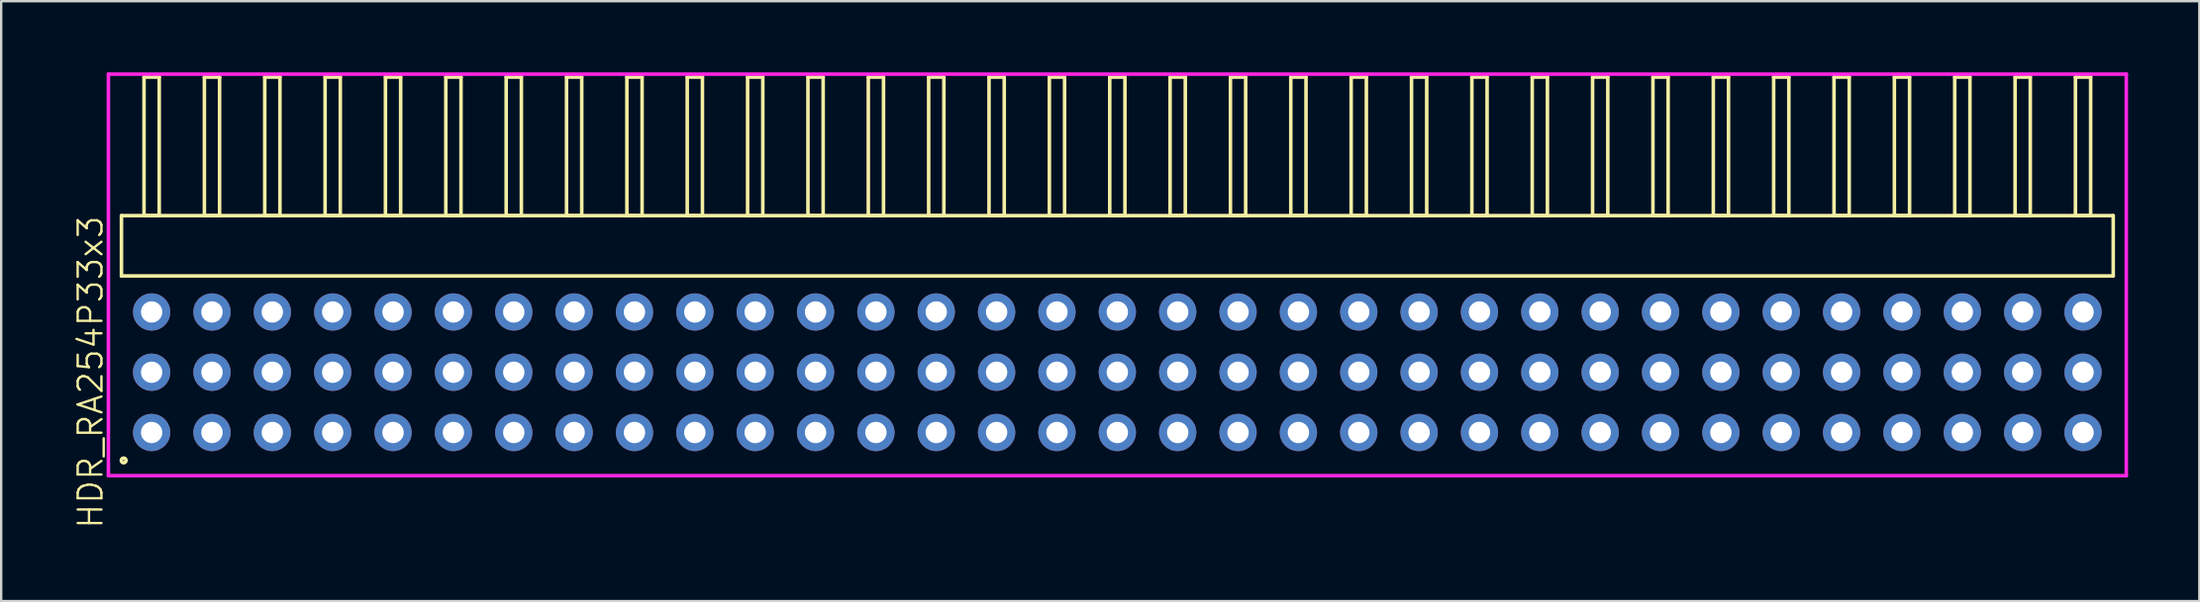
<source format=kicad_pcb>
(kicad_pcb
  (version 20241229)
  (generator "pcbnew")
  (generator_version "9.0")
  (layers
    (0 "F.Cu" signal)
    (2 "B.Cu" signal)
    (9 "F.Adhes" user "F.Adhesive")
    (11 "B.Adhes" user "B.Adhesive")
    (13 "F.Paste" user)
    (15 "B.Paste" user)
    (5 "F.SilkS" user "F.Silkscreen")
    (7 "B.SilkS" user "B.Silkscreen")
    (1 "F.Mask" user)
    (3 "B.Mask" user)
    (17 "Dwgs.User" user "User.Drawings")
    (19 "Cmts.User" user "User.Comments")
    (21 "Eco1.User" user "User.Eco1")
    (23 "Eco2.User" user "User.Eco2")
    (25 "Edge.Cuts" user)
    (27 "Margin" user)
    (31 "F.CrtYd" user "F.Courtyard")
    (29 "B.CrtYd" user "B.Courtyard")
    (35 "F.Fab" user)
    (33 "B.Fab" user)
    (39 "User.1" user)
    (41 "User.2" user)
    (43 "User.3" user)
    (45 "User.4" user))
  (footprint "HDR_RA254P33x3"
    (layer "F.Cu")
    (at 43.971 12.64)
    (property "Reference" "HDR_RA254P33x3" (at -43.21 0 90) (layer "F.SilkS") (effects (font (size 1 1) (thickness 0.1))))
    (attr through_hole)
    (fp_line (start -41.91 -6.6) (end -41.91 -4.06) (stroke (width 0.15) (type solid)) (layer "F.SilkS"))
    (fp_line (start -41.91 -4.06) (end 41.91 -4.06) (stroke (width 0.15) (type solid)) (layer "F.SilkS"))
    (fp_line (start -40.96 -12.44) (end -40.96 -6.6) (stroke (width 0.15) (type solid)) (layer "F.SilkS"))
    (fp_line (start -40.96 -6.6) (end -40.32 -6.6) (stroke (width 0.15) (type solid)) (layer "F.SilkS"))
    (fp_line (start -40.32 -12.44) (end -40.96 -12.44) (stroke (width 0.15) (type solid)) (layer "F.SilkS"))
    (fp_line (start -40.32 -6.6) (end -40.32 -12.44) (stroke (width 0.15) (type solid)) (layer "F.SilkS"))
    (fp_line (start -38.42 -12.44) (end -38.42 -6.6) (stroke (width 0.15) (type solid)) (layer "F.SilkS"))
    (fp_line (start -38.42 -6.6) (end -37.78 -6.6) (stroke (width 0.15) (type solid)) (layer "F.SilkS"))
    (fp_line (start -37.78 -12.44) (end -38.42 -12.44) (stroke (width 0.15) (type solid)) (layer "F.SilkS"))
    (fp_line (start -37.78 -6.6) (end -37.78 -12.44) (stroke (width 0.15) (type solid)) (layer "F.SilkS"))
    (fp_line (start -35.88 -12.44) (end -35.88 -6.6) (stroke (width 0.15) (type solid)) (layer "F.SilkS"))
    (fp_line (start -35.88 -6.6) (end -35.24 -6.6) (stroke (width 0.15) (type solid)) (layer "F.SilkS"))
    (fp_line (start -35.24 -12.44) (end -35.88 -12.44) (stroke (width 0.15) (type solid)) (layer "F.SilkS"))
    (fp_line (start -35.24 -6.6) (end -35.24 -12.44) (stroke (width 0.15) (type solid)) (layer "F.SilkS"))
    (fp_line (start -33.34 -12.44) (end -33.34 -6.6) (stroke (width 0.15) (type solid)) (layer "F.SilkS"))
    (fp_line (start -33.34 -6.6) (end -32.7 -6.6) (stroke (width 0.15) (type solid)) (layer "F.SilkS"))
    (fp_line (start -32.7 -12.44) (end -33.34 -12.44) (stroke (width 0.15) (type solid)) (layer "F.SilkS"))
    (fp_line (start -32.7 -6.6) (end -32.7 -12.44) (stroke (width 0.15) (type solid)) (layer "F.SilkS"))
    (fp_line (start -30.8 -12.44) (end -30.8 -6.6) (stroke (width 0.15) (type solid)) (layer "F.SilkS"))
    (fp_line (start -30.8 -6.6) (end -30.16 -6.6) (stroke (width 0.15) (type solid)) (layer "F.SilkS"))
    (fp_line (start -30.16 -12.44) (end -30.8 -12.44) (stroke (width 0.15) (type solid)) (layer "F.SilkS"))
    (fp_line (start -30.16 -6.6) (end -30.16 -12.44) (stroke (width 0.15) (type solid)) (layer "F.SilkS"))
    (fp_line (start -28.26 -12.44) (end -28.26 -6.6) (stroke (width 0.15) (type solid)) (layer "F.SilkS"))
    (fp_line (start -28.26 -6.6) (end -27.62 -6.6) (stroke (width 0.15) (type solid)) (layer "F.SilkS"))
    (fp_line (start -27.62 -12.44) (end -28.26 -12.44) (stroke (width 0.15) (type solid)) (layer "F.SilkS"))
    (fp_line (start -27.62 -6.6) (end -27.62 -12.44) (stroke (width 0.15) (type solid)) (layer "F.SilkS"))
    (fp_line (start -25.72 -12.44) (end -25.72 -6.6) (stroke (width 0.15) (type solid)) (layer "F.SilkS"))
    (fp_line (start -25.72 -6.6) (end -25.08 -6.6) (stroke (width 0.15) (type solid)) (layer "F.SilkS"))
    (fp_line (start -25.08 -12.44) (end -25.72 -12.44) (stroke (width 0.15) (type solid)) (layer "F.SilkS"))
    (fp_line (start -25.08 -6.6) (end -25.08 -12.44) (stroke (width 0.15) (type solid)) (layer "F.SilkS"))
    (fp_line (start -23.18 -12.44) (end -23.18 -6.6) (stroke (width 0.15) (type solid)) (layer "F.SilkS"))
    (fp_line (start -23.18 -6.6) (end -22.54 -6.6) (stroke (width 0.15) (type solid)) (layer "F.SilkS"))
    (fp_line (start -22.54 -12.44) (end -23.18 -12.44) (stroke (width 0.15) (type solid)) (layer "F.SilkS"))
    (fp_line (start -22.54 -6.6) (end -22.54 -12.44) (stroke (width 0.15) (type solid)) (layer "F.SilkS"))
    (fp_line (start -20.64 -12.44) (end -20.64 -6.6) (stroke (width 0.15) (type solid)) (layer "F.SilkS"))
    (fp_line (start -20.64 -6.6) (end -20 -6.6) (stroke (width 0.15) (type solid)) (layer "F.SilkS"))
    (fp_line (start -20 -12.44) (end -20.64 -12.44) (stroke (width 0.15) (type solid)) (layer "F.SilkS"))
    (fp_line (start -20 -6.6) (end -20 -12.44) (stroke (width 0.15) (type solid)) (layer "F.SilkS"))
    (fp_line (start -18.1 -12.44) (end -18.1 -6.6) (stroke (width 0.15) (type solid)) (layer "F.SilkS"))
    (fp_line (start -18.1 -6.6) (end -17.46 -6.6) (stroke (width 0.15) (type solid)) (layer "F.SilkS"))
    (fp_line (start -17.46 -12.44) (end -18.1 -12.44) (stroke (width 0.15) (type solid)) (layer "F.SilkS"))
    (fp_line (start -17.46 -6.6) (end -17.46 -12.44) (stroke (width 0.15) (type solid)) (layer "F.SilkS"))
    (fp_line (start -15.56 -12.44) (end -15.56 -6.6) (stroke (width 0.15) (type solid)) (layer "F.SilkS"))
    (fp_line (start -15.56 -6.6) (end -14.92 -6.6) (stroke (width 0.15) (type solid)) (layer "F.SilkS"))
    (fp_line (start -14.92 -12.44) (end -15.56 -12.44) (stroke (width 0.15) (type solid)) (layer "F.SilkS"))
    (fp_line (start -14.92 -6.6) (end -14.92 -12.44) (stroke (width 0.15) (type solid)) (layer "F.SilkS"))
    (fp_line (start -13.02 -12.44) (end -13.02 -6.6) (stroke (width 0.15) (type solid)) (layer "F.SilkS"))
    (fp_line (start -13.02 -6.6) (end -12.38 -6.6) (stroke (width 0.15) (type solid)) (layer "F.SilkS"))
    (fp_line (start -12.38 -12.44) (end -13.02 -12.44) (stroke (width 0.15) (type solid)) (layer "F.SilkS"))
    (fp_line (start -12.38 -6.6) (end -12.38 -12.44) (stroke (width 0.15) (type solid)) (layer "F.SilkS"))
    (fp_line (start -10.48 -12.44) (end -10.48 -6.6) (stroke (width 0.15) (type solid)) (layer "F.SilkS"))
    (fp_line (start -10.48 -6.6) (end -9.84 -6.6) (stroke (width 0.15) (type solid)) (layer "F.SilkS"))
    (fp_line (start -9.84 -12.44) (end -10.48 -12.44) (stroke (width 0.15) (type solid)) (layer "F.SilkS"))
    (fp_line (start -9.84 -6.6) (end -9.84 -12.44) (stroke (width 0.15) (type solid)) (layer "F.SilkS"))
    (fp_line (start -7.94 -12.44) (end -7.94 -6.6) (stroke (width 0.15) (type solid)) (layer "F.SilkS"))
    (fp_line (start -7.94 -6.6) (end -7.3 -6.6) (stroke (width 0.15) (type solid)) (layer "F.SilkS"))
    (fp_line (start -7.3 -12.44) (end -7.94 -12.44) (stroke (width 0.15) (type solid)) (layer "F.SilkS"))
    (fp_line (start -7.3 -6.6) (end -7.3 -12.44) (stroke (width 0.15) (type solid)) (layer "F.SilkS"))
    (fp_line (start -5.4 -12.44) (end -5.4 -6.6) (stroke (width 0.15) (type solid)) (layer "F.SilkS"))
    (fp_line (start -5.4 -6.6) (end -4.76 -6.6) (stroke (width 0.15) (type solid)) (layer "F.SilkS"))
    (fp_line (start -4.76 -12.44) (end -5.4 -12.44) (stroke (width 0.15) (type solid)) (layer "F.SilkS"))
    (fp_line (start -4.76 -6.6) (end -4.76 -12.44) (stroke (width 0.15) (type solid)) (layer "F.SilkS"))
    (fp_line (start -2.86 -12.44) (end -2.86 -6.6) (stroke (width 0.15) (type solid)) (layer "F.SilkS"))
    (fp_line (start -2.86 -6.6) (end -2.22 -6.6) (stroke (width 0.15) (type solid)) (layer "F.SilkS"))
    (fp_line (start -2.22 -12.44) (end -2.86 -12.44) (stroke (width 0.15) (type solid)) (layer "F.SilkS"))
    (fp_line (start -2.22 -6.6) (end -2.22 -12.44) (stroke (width 0.15) (type solid)) (layer "F.SilkS"))
    (fp_line (start -0.32 -12.44) (end -0.32 -6.6) (stroke (width 0.15) (type solid)) (layer "F.SilkS"))
    (fp_line (start -0.32 -6.6) (end 0.32 -6.6) (stroke (width 0.15) (type solid)) (layer "F.SilkS"))
    (fp_line (start 0.32 -12.44) (end -0.32 -12.44) (stroke (width 0.15) (type solid)) (layer "F.SilkS"))
    (fp_line (start 0.32 -6.6) (end 0.32 -12.44) (stroke (width 0.15) (type solid)) (layer "F.SilkS"))
    (fp_line (start 2.22 -12.44) (end 2.22 -6.6) (stroke (width 0.15) (type solid)) (layer "F.SilkS"))
    (fp_line (start 2.22 -6.6) (end 2.86 -6.6) (stroke (width 0.15) (type solid)) (layer "F.SilkS"))
    (fp_line (start 2.86 -12.44) (end 2.22 -12.44) (stroke (width 0.15) (type solid)) (layer "F.SilkS"))
    (fp_line (start 2.86 -6.6) (end 2.86 -12.44) (stroke (width 0.15) (type solid)) (layer "F.SilkS"))
    (fp_line (start 4.76 -12.44) (end 4.76 -6.6) (stroke (width 0.15) (type solid)) (layer "F.SilkS"))
    (fp_line (start 4.76 -6.6) (end 5.4 -6.6) (stroke (width 0.15) (type solid)) (layer "F.SilkS"))
    (fp_line (start 5.4 -12.44) (end 4.76 -12.44) (stroke (width 0.15) (type solid)) (layer "F.SilkS"))
    (fp_line (start 5.4 -6.6) (end 5.4 -12.44) (stroke (width 0.15) (type solid)) (layer "F.SilkS"))
    (fp_line (start 7.3 -12.44) (end 7.3 -6.6) (stroke (width 0.15) (type solid)) (layer "F.SilkS"))
    (fp_line (start 7.3 -6.6) (end 7.94 -6.6) (stroke (width 0.15) (type solid)) (layer "F.SilkS"))
    (fp_line (start 7.94 -12.44) (end 7.3 -12.44) (stroke (width 0.15) (type solid)) (layer "F.SilkS"))
    (fp_line (start 7.94 -6.6) (end 7.94 -12.44) (stroke (width 0.15) (type solid)) (layer "F.SilkS"))
    (fp_line (start 9.84 -12.44) (end 9.84 -6.6) (stroke (width 0.15) (type solid)) (layer "F.SilkS"))
    (fp_line (start 9.84 -6.6) (end 10.48 -6.6) (stroke (width 0.15) (type solid)) (layer "F.SilkS"))
    (fp_line (start 10.48 -12.44) (end 9.84 -12.44) (stroke (width 0.15) (type solid)) (layer "F.SilkS"))
    (fp_line (start 10.48 -6.6) (end 10.48 -12.44) (stroke (width 0.15) (type solid)) (layer "F.SilkS"))
    (fp_line (start 12.38 -12.44) (end 12.38 -6.6) (stroke (width 0.15) (type solid)) (layer "F.SilkS"))
    (fp_line (start 12.38 -6.6) (end 13.02 -6.6) (stroke (width 0.15) (type solid)) (layer "F.SilkS"))
    (fp_line (start 13.02 -12.44) (end 12.38 -12.44) (stroke (width 0.15) (type solid)) (layer "F.SilkS"))
    (fp_line (start 13.02 -6.6) (end 13.02 -12.44) (stroke (width 0.15) (type solid)) (layer "F.SilkS"))
    (fp_line (start 14.92 -12.44) (end 14.92 -6.6) (stroke (width 0.15) (type solid)) (layer "F.SilkS"))
    (fp_line (start 14.92 -6.6) (end 15.56 -6.6) (stroke (width 0.15) (type solid)) (layer "F.SilkS"))
    (fp_line (start 15.56 -12.44) (end 14.92 -12.44) (stroke (width 0.15) (type solid)) (layer "F.SilkS"))
    (fp_line (start 15.56 -6.6) (end 15.56 -12.44) (stroke (width 0.15) (type solid)) (layer "F.SilkS"))
    (fp_line (start 17.46 -12.44) (end 17.46 -6.6) (stroke (width 0.15) (type solid)) (layer "F.SilkS"))
    (fp_line (start 17.46 -6.6) (end 18.1 -6.6) (stroke (width 0.15) (type solid)) (layer "F.SilkS"))
    (fp_line (start 18.1 -12.44) (end 17.46 -12.44) (stroke (width 0.15) (type solid)) (layer "F.SilkS"))
    (fp_line (start 18.1 -6.6) (end 18.1 -12.44) (stroke (width 0.15) (type solid)) (layer "F.SilkS"))
    (fp_line (start 20 -12.44) (end 20 -6.6) (stroke (width 0.15) (type solid)) (layer "F.SilkS"))
    (fp_line (start 20 -6.6) (end 20.64 -6.6) (stroke (width 0.15) (type solid)) (layer "F.SilkS"))
    (fp_line (start 20.64 -12.44) (end 20 -12.44) (stroke (width 0.15) (type solid)) (layer "F.SilkS"))
    (fp_line (start 20.64 -6.6) (end 20.64 -12.44) (stroke (width 0.15) (type solid)) (layer "F.SilkS"))
    (fp_line (start 22.54 -12.44) (end 22.54 -6.6) (stroke (width 0.15) (type solid)) (layer "F.SilkS"))
    (fp_line (start 22.54 -6.6) (end 23.18 -6.6) (stroke (width 0.15) (type solid)) (layer "F.SilkS"))
    (fp_line (start 23.18 -12.44) (end 22.54 -12.44) (stroke (width 0.15) (type solid)) (layer "F.SilkS"))
    (fp_line (start 23.18 -6.6) (end 23.18 -12.44) (stroke (width 0.15) (type solid)) (layer "F.SilkS"))
    (fp_line (start 25.08 -12.44) (end 25.08 -6.6) (stroke (width 0.15) (type solid)) (layer "F.SilkS"))
    (fp_line (start 25.08 -6.6) (end 25.72 -6.6) (stroke (width 0.15) (type solid)) (layer "F.SilkS"))
    (fp_line (start 25.72 -12.44) (end 25.08 -12.44) (stroke (width 0.15) (type solid)) (layer "F.SilkS"))
    (fp_line (start 25.72 -6.6) (end 25.72 -12.44) (stroke (width 0.15) (type solid)) (layer "F.SilkS"))
    (fp_line (start 27.62 -12.44) (end 27.62 -6.6) (stroke (width 0.15) (type solid)) (layer "F.SilkS"))
    (fp_line (start 27.62 -6.6) (end 28.26 -6.6) (stroke (width 0.15) (type solid)) (layer "F.SilkS"))
    (fp_line (start 28.26 -12.44) (end 27.62 -12.44) (stroke (width 0.15) (type solid)) (layer "F.SilkS"))
    (fp_line (start 28.26 -6.6) (end 28.26 -12.44) (stroke (width 0.15) (type solid)) (layer "F.SilkS"))
    (fp_line (start 30.16 -12.44) (end 30.16 -6.6) (stroke (width 0.15) (type solid)) (layer "F.SilkS"))
    (fp_line (start 30.16 -6.6) (end 30.8 -6.6) (stroke (width 0.15) (type solid)) (layer "F.SilkS"))
    (fp_line (start 30.8 -12.44) (end 30.16 -12.44) (stroke (width 0.15) (type solid)) (layer "F.SilkS"))
    (fp_line (start 30.8 -6.6) (end 30.8 -12.44) (stroke (width 0.15) (type solid)) (layer "F.SilkS"))
    (fp_line (start 32.7 -12.44) (end 32.7 -6.6) (stroke (width 0.15) (type solid)) (layer "F.SilkS"))
    (fp_line (start 32.7 -6.6) (end 33.34 -6.6) (stroke (width 0.15) (type solid)) (layer "F.SilkS"))
    (fp_line (start 33.34 -12.44) (end 32.7 -12.44) (stroke (width 0.15) (type solid)) (layer "F.SilkS"))
    (fp_line (start 33.34 -6.6) (end 33.34 -12.44) (stroke (width 0.15) (type solid)) (layer "F.SilkS"))
    (fp_line (start 35.24 -12.44) (end 35.24 -6.6) (stroke (width 0.15) (type solid)) (layer "F.SilkS"))
    (fp_line (start 35.24 -6.6) (end 35.88 -6.6) (stroke (width 0.15) (type solid)) (layer "F.SilkS"))
    (fp_line (start 35.88 -12.44) (end 35.24 -12.44) (stroke (width 0.15) (type solid)) (layer "F.SilkS"))
    (fp_line (start 35.88 -6.6) (end 35.88 -12.44) (stroke (width 0.15) (type solid)) (layer "F.SilkS"))
    (fp_line (start 37.78 -12.44) (end 37.78 -6.6) (stroke (width 0.15) (type solid)) (layer "F.SilkS"))
    (fp_line (start 37.78 -6.6) (end 38.42 -6.6) (stroke (width 0.15) (type solid)) (layer "F.SilkS"))
    (fp_line (start 38.42 -12.44) (end 37.78 -12.44) (stroke (width 0.15) (type solid)) (layer "F.SilkS"))
    (fp_line (start 38.42 -6.6) (end 38.42 -12.44) (stroke (width 0.15) (type solid)) (layer "F.SilkS"))
    (fp_line (start 40.32 -12.44) (end 40.32 -6.6) (stroke (width 0.15) (type solid)) (layer "F.SilkS"))
    (fp_line (start 40.32 -6.6) (end 40.96 -6.6) (stroke (width 0.15) (type solid)) (layer "F.SilkS"))
    (fp_line (start 40.96 -12.44) (end 40.32 -12.44) (stroke (width 0.15) (type solid)) (layer "F.SilkS"))
    (fp_line (start 40.96 -6.6) (end 40.96 -12.44) (stroke (width 0.15) (type solid)) (layer "F.SilkS"))
    (fp_line (start 41.91 -6.6) (end -41.91 -6.6) (stroke (width 0.15) (type solid)) (layer "F.SilkS"))
    (fp_line (start 41.91 -4.06) (end 41.91 -6.6) (stroke (width 0.15) (type solid)) (layer "F.SilkS"))
    (fp_circle (center -41.817 3.718) (end -41.717 3.718) (stroke (width 0.15) (type solid)) (fill no) (layer "F.SilkS"))
    (fp_line (start -42.46 -12.565) (end -42.46 4.36) (stroke (width 0.15) (type solid)) (layer "F.CrtYd"))
    (fp_line (start -42.46 4.36) (end 42.46 4.36) (stroke (width 0.15) (type solid)) (layer "F.CrtYd"))
    (fp_line (start 42.46 -12.565) (end -42.46 -12.565) (stroke (width 0.15) (type solid)) (layer "F.CrtYd"))
    (fp_line (start 42.46 4.36) (end 42.46 -12.565) (stroke (width 0.15) (type solid)) (layer "F.CrtYd"))
    (pad "1" thru_hole oval (at -40.64 2.54) (size 1.57 1.57) (drill 0.9) (layers "*.Cu" "*.Mask"))
    (pad "2" thru_hole oval (at -40.64 0) (size 1.57 1.57) (drill 0.9) (layers "*.Cu" "*.Mask"))
    (pad "3" thru_hole oval (at -40.64 -2.54) (size 1.57 1.57) (drill 0.9) (layers "*.Cu" "*.Mask"))
    (pad "4" thru_hole oval (at -38.1 2.54) (size 1.57 1.57) (drill 0.9) (layers "*.Cu" "*.Mask"))
    (pad "5" thru_hole oval (at -38.1 0) (size 1.57 1.57) (drill 0.9) (layers "*.Cu" "*.Mask"))
    (pad "6" thru_hole oval (at -38.1 -2.54) (size 1.57 1.57) (drill 0.9) (layers "*.Cu" "*.Mask"))
    (pad "7" thru_hole oval (at -35.56 2.54) (size 1.57 1.57) (drill 0.9) (layers "*.Cu" "*.Mask"))
    (pad "8" thru_hole oval (at -35.56 0) (size 1.57 1.57) (drill 0.9) (layers "*.Cu" "*.Mask"))
    (pad "9" thru_hole oval (at -35.56 -2.54) (size 1.57 1.57) (drill 0.9) (layers "*.Cu" "*.Mask"))
    (pad "10" thru_hole oval (at -33.02 2.54) (size 1.57 1.57) (drill 0.9) (layers "*.Cu" "*.Mask"))
    (pad "11" thru_hole oval (at -33.02 0) (size 1.57 1.57) (drill 0.9) (layers "*.Cu" "*.Mask"))
    (pad "12" thru_hole oval (at -33.02 -2.54) (size 1.57 1.57) (drill 0.9) (layers "*.Cu" "*.Mask"))
    (pad "13" thru_hole oval (at -30.48 2.54) (size 1.57 1.57) (drill 0.9) (layers "*.Cu" "*.Mask"))
    (pad "14" thru_hole oval (at -30.48 0) (size 1.57 1.57) (drill 0.9) (layers "*.Cu" "*.Mask"))
    (pad "15" thru_hole oval (at -30.48 -2.54) (size 1.57 1.57) (drill 0.9) (layers "*.Cu" "*.Mask"))
    (pad "16" thru_hole oval (at -27.94 2.54) (size 1.57 1.57) (drill 0.9) (layers "*.Cu" "*.Mask"))
    (pad "17" thru_hole oval (at -27.94 0) (size 1.57 1.57) (drill 0.9) (layers "*.Cu" "*.Mask"))
    (pad "18" thru_hole oval (at -27.94 -2.54) (size 1.57 1.57) (drill 0.9) (layers "*.Cu" "*.Mask"))
    (pad "19" thru_hole oval (at -25.4 2.54) (size 1.57 1.57) (drill 0.9) (layers "*.Cu" "*.Mask"))
    (pad "20" thru_hole oval (at -25.4 0) (size 1.57 1.57) (drill 0.9) (layers "*.Cu" "*.Mask"))
    (pad "21" thru_hole oval (at -25.4 -2.54) (size 1.57 1.57) (drill 0.9) (layers "*.Cu" "*.Mask"))
    (pad "22" thru_hole oval (at -22.86 2.54) (size 1.57 1.57) (drill 0.9) (layers "*.Cu" "*.Mask"))
    (pad "23" thru_hole oval (at -22.86 0) (size 1.57 1.57) (drill 0.9) (layers "*.Cu" "*.Mask"))
    (pad "24" thru_hole oval (at -22.86 -2.54) (size 1.57 1.57) (drill 0.9) (layers "*.Cu" "*.Mask"))
    (pad "25" thru_hole oval (at -20.32 2.54) (size 1.57 1.57) (drill 0.9) (layers "*.Cu" "*.Mask"))
    (pad "26" thru_hole oval (at -20.32 0) (size 1.57 1.57) (drill 0.9) (layers "*.Cu" "*.Mask"))
    (pad "27" thru_hole oval (at -20.32 -2.54) (size 1.57 1.57) (drill 0.9) (layers "*.Cu" "*.Mask"))
    (pad "28" thru_hole oval (at -17.78 2.54) (size 1.57 1.57) (drill 0.9) (layers "*.Cu" "*.Mask"))
    (pad "29" thru_hole oval (at -17.78 0) (size 1.57 1.57) (drill 0.9) (layers "*.Cu" "*.Mask"))
    (pad "30" thru_hole oval (at -17.78 -2.54) (size 1.57 1.57) (drill 0.9) (layers "*.Cu" "*.Mask"))
    (pad "31" thru_hole oval (at -15.24 2.54) (size 1.57 1.57) (drill 0.9) (layers "*.Cu" "*.Mask"))
    (pad "32" thru_hole oval (at -15.24 0) (size 1.57 1.57) (drill 0.9) (layers "*.Cu" "*.Mask"))
    (pad "33" thru_hole oval (at -15.24 -2.54) (size 1.57 1.57) (drill 0.9) (layers "*.Cu" "*.Mask"))
    (pad "34" thru_hole oval (at -12.7 2.54) (size 1.57 1.57) (drill 0.9) (layers "*.Cu" "*.Mask"))
    (pad "35" thru_hole oval (at -12.7 0) (size 1.57 1.57) (drill 0.9) (layers "*.Cu" "*.Mask"))
    (pad "36" thru_hole oval (at -12.7 -2.54) (size 1.57 1.57) (drill 0.9) (layers "*.Cu" "*.Mask"))
    (pad "37" thru_hole oval (at -10.16 2.54) (size 1.57 1.57) (drill 0.9) (layers "*.Cu" "*.Mask"))
    (pad "38" thru_hole oval (at -10.16 0) (size 1.57 1.57) (drill 0.9) (layers "*.Cu" "*.Mask"))
    (pad "39" thru_hole oval (at -10.16 -2.54) (size 1.57 1.57) (drill 0.9) (layers "*.Cu" "*.Mask"))
    (pad "40" thru_hole oval (at -7.62 2.54) (size 1.57 1.57) (drill 0.9) (layers "*.Cu" "*.Mask"))
    (pad "41" thru_hole oval (at -7.62 0) (size 1.57 1.57) (drill 0.9) (layers "*.Cu" "*.Mask"))
    (pad "42" thru_hole oval (at -7.62 -2.54) (size 1.57 1.57) (drill 0.9) (layers "*.Cu" "*.Mask"))
    (pad "43" thru_hole oval (at -5.08 2.54) (size 1.57 1.57) (drill 0.9) (layers "*.Cu" "*.Mask"))
    (pad "44" thru_hole oval (at -5.08 0) (size 1.57 1.57) (drill 0.9) (layers "*.Cu" "*.Mask"))
    (pad "45" thru_hole oval (at -5.08 -2.54) (size 1.57 1.57) (drill 0.9) (layers "*.Cu" "*.Mask"))
    (pad "46" thru_hole oval (at -2.54 2.54) (size 1.57 1.57) (drill 0.9) (layers "*.Cu" "*.Mask"))
    (pad "47" thru_hole oval (at -2.54 0) (size 1.57 1.57) (drill 0.9) (layers "*.Cu" "*.Mask"))
    (pad "48" thru_hole oval (at -2.54 -2.54) (size 1.57 1.57) (drill 0.9) (layers "*.Cu" "*.Mask"))
    (pad "49" thru_hole oval (at 0 2.54) (size 1.57 1.57) (drill 0.9) (layers "*.Cu" "*.Mask"))
    (pad "50" thru_hole oval (at 0 0) (size 1.57 1.57) (drill 0.9) (layers "*.Cu" "*.Mask"))
    (pad "51" thru_hole oval (at 0 -2.54) (size 1.57 1.57) (drill 0.9) (layers "*.Cu" "*.Mask"))
    (pad "52" thru_hole oval (at 2.54 2.54) (size 1.57 1.57) (drill 0.9) (layers "*.Cu" "*.Mask"))
    (pad "53" thru_hole oval (at 2.54 0) (size 1.57 1.57) (drill 0.9) (layers "*.Cu" "*.Mask"))
    (pad "54" thru_hole oval (at 2.54 -2.54) (size 1.57 1.57) (drill 0.9) (layers "*.Cu" "*.Mask"))
    (pad "55" thru_hole oval (at 5.08 2.54) (size 1.57 1.57) (drill 0.9) (layers "*.Cu" "*.Mask"))
    (pad "56" thru_hole oval (at 5.08 0) (size 1.57 1.57) (drill 0.9) (layers "*.Cu" "*.Mask"))
    (pad "57" thru_hole oval (at 5.08 -2.54) (size 1.57 1.57) (drill 0.9) (layers "*.Cu" "*.Mask"))
    (pad "58" thru_hole oval (at 7.62 2.54) (size 1.57 1.57) (drill 0.9) (layers "*.Cu" "*.Mask"))
    (pad "59" thru_hole oval (at 7.62 0) (size 1.57 1.57) (drill 0.9) (layers "*.Cu" "*.Mask"))
    (pad "60" thru_hole oval (at 7.62 -2.54) (size 1.57 1.57) (drill 0.9) (layers "*.Cu" "*.Mask"))
    (pad "61" thru_hole oval (at 10.16 2.54) (size 1.57 1.57) (drill 0.9) (layers "*.Cu" "*.Mask"))
    (pad "62" thru_hole oval (at 10.16 0) (size 1.57 1.57) (drill 0.9) (layers "*.Cu" "*.Mask"))
    (pad "63" thru_hole oval (at 10.16 -2.54) (size 1.57 1.57) (drill 0.9) (layers "*.Cu" "*.Mask"))
    (pad "64" thru_hole oval (at 12.7 2.54) (size 1.57 1.57) (drill 0.9) (layers "*.Cu" "*.Mask"))
    (pad "65" thru_hole oval (at 12.7 0) (size 1.57 1.57) (drill 0.9) (layers "*.Cu" "*.Mask"))
    (pad "66" thru_hole oval (at 12.7 -2.54) (size 1.57 1.57) (drill 0.9) (layers "*.Cu" "*.Mask"))
    (pad "67" thru_hole oval (at 15.24 2.54) (size 1.57 1.57) (drill 0.9) (layers "*.Cu" "*.Mask"))
    (pad "68" thru_hole oval (at 15.24 0) (size 1.57 1.57) (drill 0.9) (layers "*.Cu" "*.Mask"))
    (pad "69" thru_hole oval (at 15.24 -2.54) (size 1.57 1.57) (drill 0.9) (layers "*.Cu" "*.Mask"))
    (pad "70" thru_hole oval (at 17.78 2.54) (size 1.57 1.57) (drill 0.9) (layers "*.Cu" "*.Mask"))
    (pad "71" thru_hole oval (at 17.78 0) (size 1.57 1.57) (drill 0.9) (layers "*.Cu" "*.Mask"))
    (pad "72" thru_hole oval (at 17.78 -2.54) (size 1.57 1.57) (drill 0.9) (layers "*.Cu" "*.Mask"))
    (pad "73" thru_hole oval (at 20.32 2.54) (size 1.57 1.57) (drill 0.9) (layers "*.Cu" "*.Mask"))
    (pad "74" thru_hole oval (at 20.32 0) (size 1.57 1.57) (drill 0.9) (layers "*.Cu" "*.Mask"))
    (pad "75" thru_hole oval (at 20.32 -2.54) (size 1.57 1.57) (drill 0.9) (layers "*.Cu" "*.Mask"))
    (pad "76" thru_hole oval (at 22.86 2.54) (size 1.57 1.57) (drill 0.9) (layers "*.Cu" "*.Mask"))
    (pad "77" thru_hole oval (at 22.86 0) (size 1.57 1.57) (drill 0.9) (layers "*.Cu" "*.Mask"))
    (pad "78" thru_hole oval (at 22.86 -2.54) (size 1.57 1.57) (drill 0.9) (layers "*.Cu" "*.Mask"))
    (pad "79" thru_hole oval (at 25.4 2.54) (size 1.57 1.57) (drill 0.9) (layers "*.Cu" "*.Mask"))
    (pad "80" thru_hole oval (at 25.4 0) (size 1.57 1.57) (drill 0.9) (layers "*.Cu" "*.Mask"))
    (pad "81" thru_hole oval (at 25.4 -2.54) (size 1.57 1.57) (drill 0.9) (layers "*.Cu" "*.Mask"))
    (pad "82" thru_hole oval (at 27.94 2.54) (size 1.57 1.57) (drill 0.9) (layers "*.Cu" "*.Mask"))
    (pad "83" thru_hole oval (at 27.94 0) (size 1.57 1.57) (drill 0.9) (layers "*.Cu" "*.Mask"))
    (pad "84" thru_hole oval (at 27.94 -2.54) (size 1.57 1.57) (drill 0.9) (layers "*.Cu" "*.Mask"))
    (pad "85" thru_hole oval (at 30.48 2.54) (size 1.57 1.57) (drill 0.9) (layers "*.Cu" "*.Mask"))
    (pad "86" thru_hole oval (at 30.48 0) (size 1.57 1.57) (drill 0.9) (layers "*.Cu" "*.Mask"))
    (pad "87" thru_hole oval (at 30.48 -2.54) (size 1.57 1.57) (drill 0.9) (layers "*.Cu" "*.Mask"))
    (pad "88" thru_hole oval (at 33.02 2.54) (size 1.57 1.57) (drill 0.9) (layers "*.Cu" "*.Mask"))
    (pad "89" thru_hole oval (at 33.02 0) (size 1.57 1.57) (drill 0.9) (layers "*.Cu" "*.Mask"))
    (pad "90" thru_hole oval (at 33.02 -2.54) (size 1.57 1.57) (drill 0.9) (layers "*.Cu" "*.Mask"))
    (pad "91" thru_hole oval (at 35.56 2.54) (size 1.57 1.57) (drill 0.9) (layers "*.Cu" "*.Mask"))
    (pad "92" thru_hole oval (at 35.56 0) (size 1.57 1.57) (drill 0.9) (layers "*.Cu" "*.Mask"))
    (pad "93" thru_hole oval (at 35.56 -2.54) (size 1.57 1.57) (drill 0.9) (layers "*.Cu" "*.Mask"))
    (pad "94" thru_hole oval (at 38.1 2.54) (size 1.57 1.57) (drill 0.9) (layers "*.Cu" "*.Mask"))
    (pad "95" thru_hole oval (at 38.1 0) (size 1.57 1.57) (drill 0.9) (layers "*.Cu" "*.Mask"))
    (pad "96" thru_hole oval (at 38.1 -2.54) (size 1.57 1.57) (drill 0.9) (layers "*.Cu" "*.Mask"))
    (pad "97" thru_hole oval (at 40.64 2.54) (size 1.57 1.57) (drill 0.9) (layers "*.Cu" "*.Mask"))
    (pad "98" thru_hole oval (at 40.64 0) (size 1.57 1.57) (drill 0.9) (layers "*.Cu" "*.Mask"))
    (pad "99" thru_hole oval (at 40.64 -2.54) (size 1.57 1.57) (drill 0.9) (layers "*.Cu" "*.Mask")))
  (gr_rect
    (start -3 -3)
    (end 89.505 22.285)
    (stroke (width 0.1) (type default))
    (fill no)
    (layer "Edge.Cuts")))
</source>
